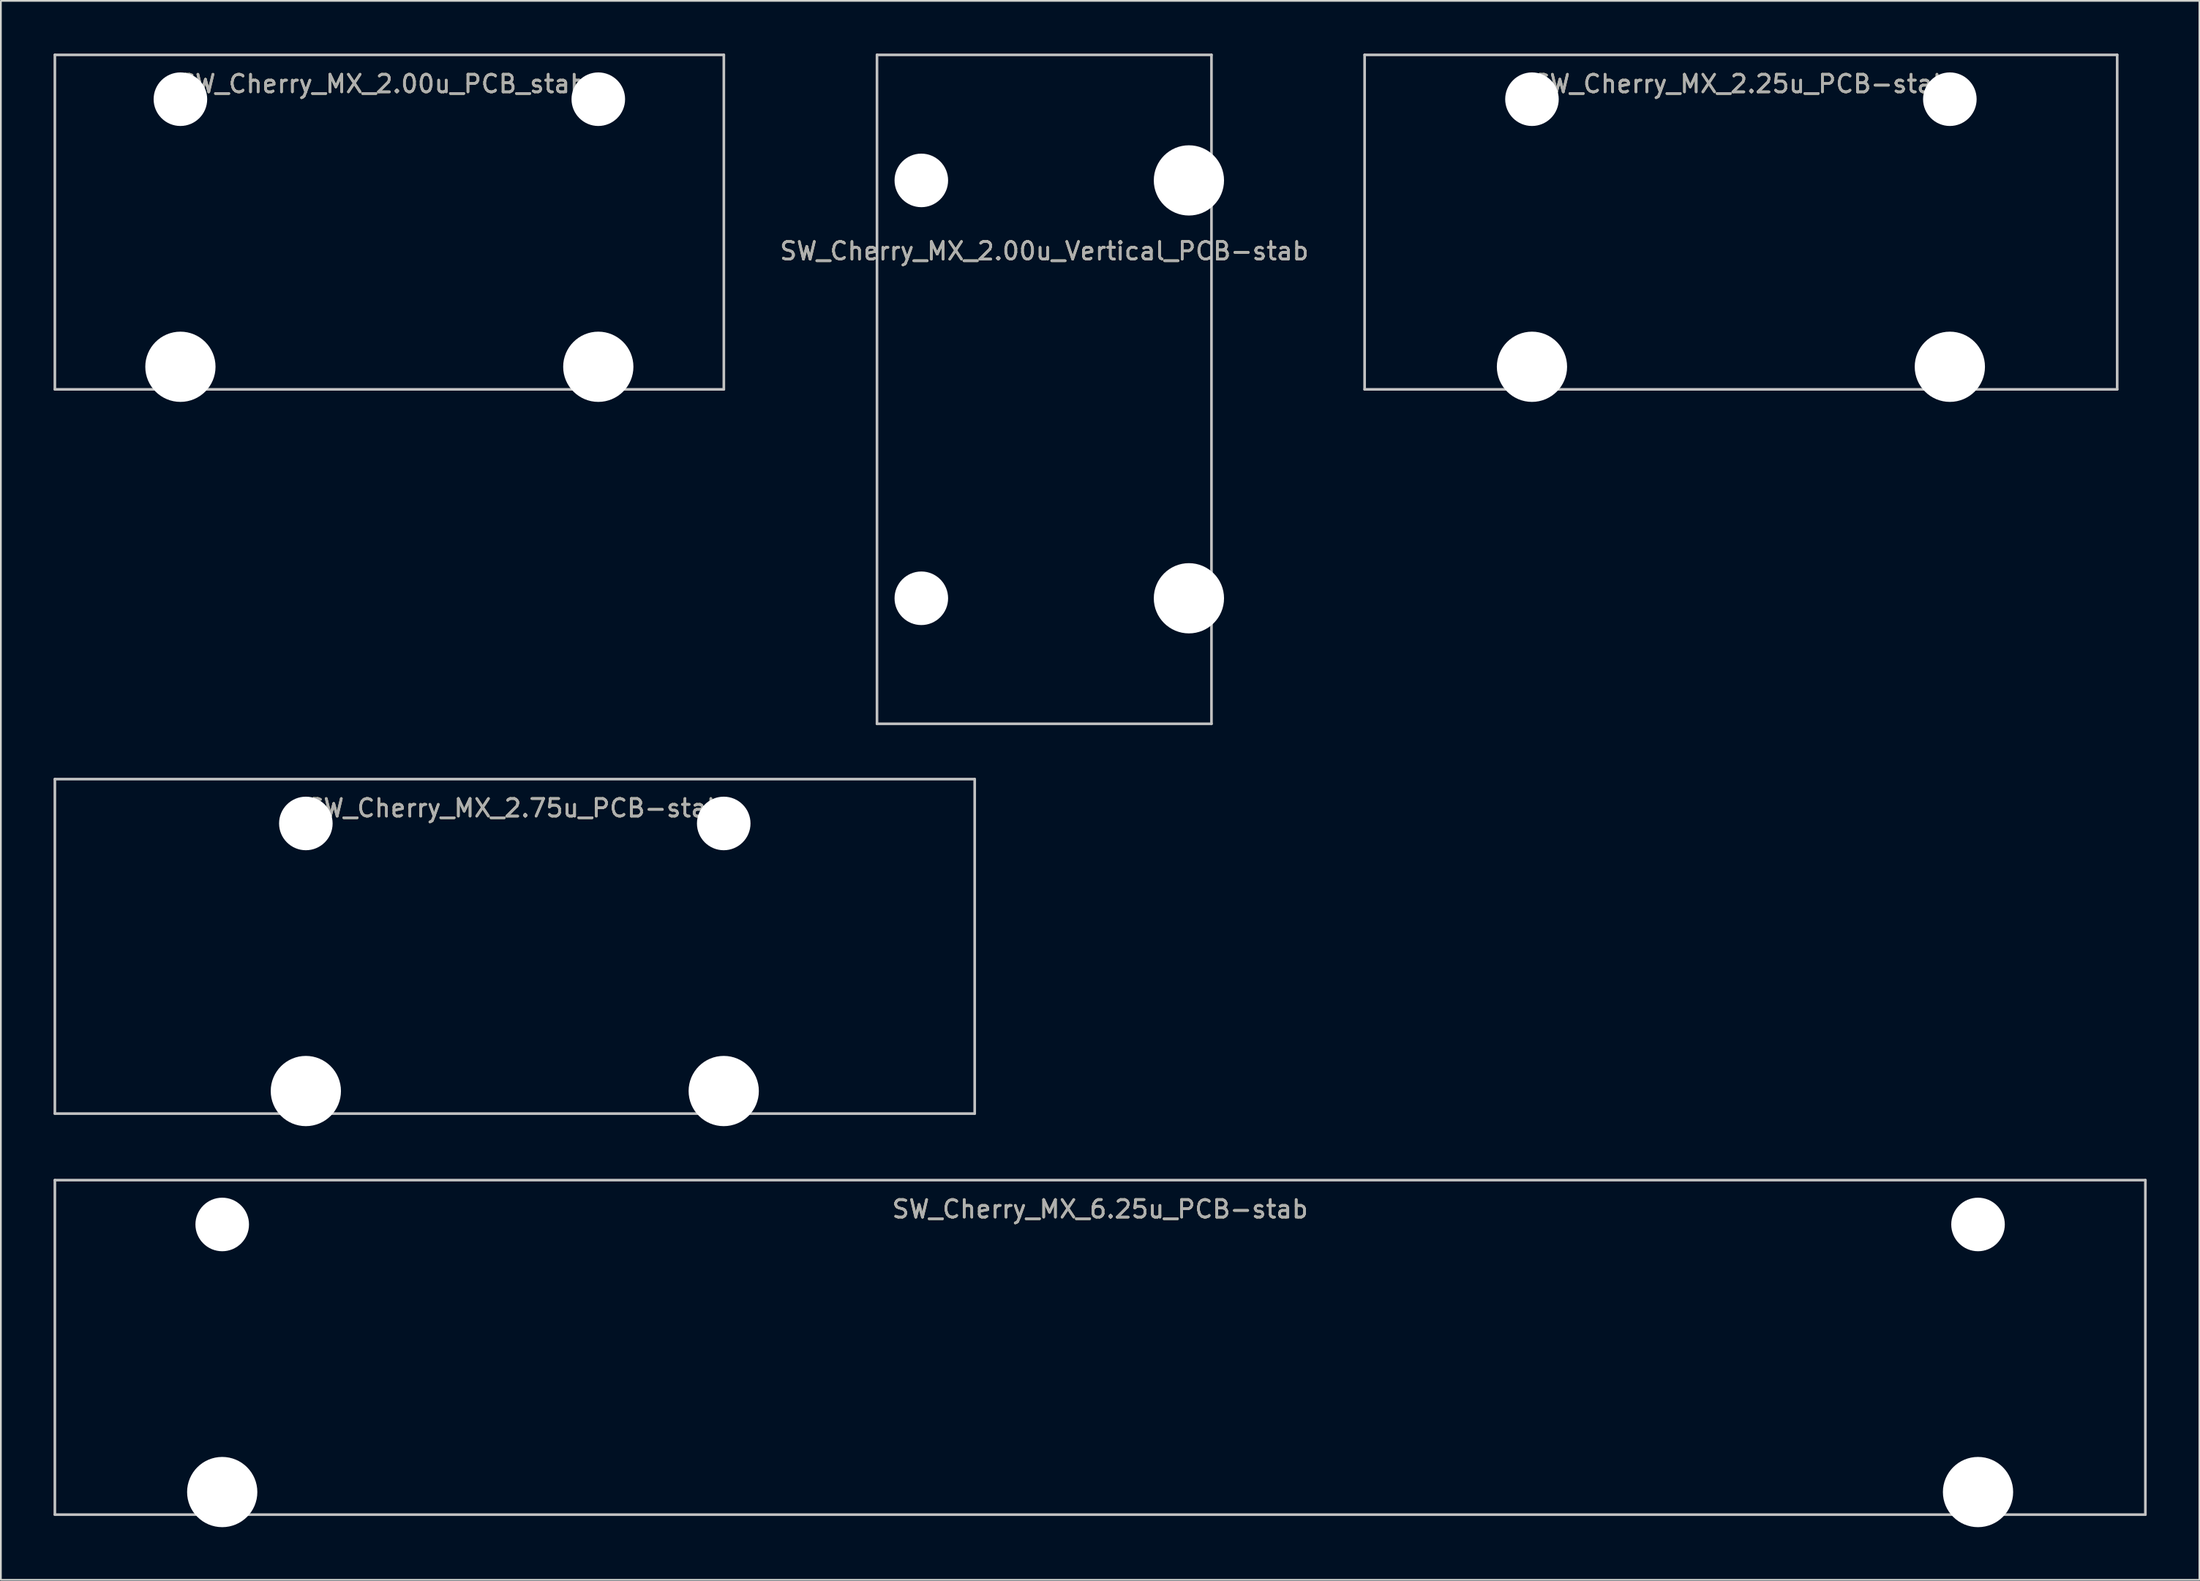
<source format=kicad_pcb>
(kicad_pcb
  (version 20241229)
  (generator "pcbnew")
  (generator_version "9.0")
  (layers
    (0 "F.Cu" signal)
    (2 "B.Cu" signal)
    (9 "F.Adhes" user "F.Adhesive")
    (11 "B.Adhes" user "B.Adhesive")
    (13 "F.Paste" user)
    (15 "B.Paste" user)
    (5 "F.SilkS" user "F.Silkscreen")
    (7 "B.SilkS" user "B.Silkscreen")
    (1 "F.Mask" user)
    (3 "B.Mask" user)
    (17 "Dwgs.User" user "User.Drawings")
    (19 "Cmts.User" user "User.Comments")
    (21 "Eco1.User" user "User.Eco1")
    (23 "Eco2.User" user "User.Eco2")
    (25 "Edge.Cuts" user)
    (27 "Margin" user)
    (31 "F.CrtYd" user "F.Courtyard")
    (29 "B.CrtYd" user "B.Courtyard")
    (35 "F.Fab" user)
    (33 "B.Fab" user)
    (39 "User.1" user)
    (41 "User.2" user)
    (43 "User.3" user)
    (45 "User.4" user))
  (footprint "SW_Cherry_MX_2.00u_Vertical_PCB-stab"
    (layer "F.Cu")
    (at 58.963 14.045)
    (property "Reference" "SW_Cherry_MX_2.00u_Vertical_PCB-stab" (at -2.54 -2.794 0) (layer "F.SilkS") (effects (font (size 1 1) (thickness 0.15))))
    (attr through_hole)
    (fp_line (start -12.065 -13.97) (end 6.985 -13.97) (stroke (width 0.15) (type solid)) (layer "Dwgs.User"))
    (fp_line (start -12.065 24.13) (end -12.065 -13.97) (stroke (width 0.15) (type solid)) (layer "Dwgs.User"))
    (fp_line (start 6.985 -13.97) (end 6.985 24.13) (stroke (width 0.15) (type solid)) (layer "Dwgs.User"))
    (fp_line (start 6.985 24.13) (end -12.065 24.13) (stroke (width 0.15) (type solid)) (layer "Dwgs.User"))
    (fp_text user "${REFERENCE}" (at -2.54 -2.794 0) (layer "F.Fab") (effects (font (size 1 1) (thickness 0.15))))
    (pad "" np_thru_hole circle (at -9.54 -6.82) (size 3.05 3.05) (drill 3.05) (layers "*.Cu" "*.Mask"))
    (pad "" np_thru_hole circle (at -9.54 16.98) (size 3.05 3.05) (drill 3.05) (layers "*.Cu" "*.Mask"))
    (pad "" np_thru_hole circle (at 5.7 -6.82) (size 4 4) (drill 4) (layers "*.Cu" "*.Mask"))
    (pad "" np_thru_hole circle (at 5.7 16.98) (size 4 4) (drill 4) (layers "*.Cu" "*.Mask")))
  (footprint "SW_Cherry_MX_6.25u_PCB-stab"
    (layer "F.Cu")
    (at 62.146 68.61)
    (property "Reference" "SW_Cherry_MX_6.25u_PCB-stab" (at -2.54 -2.794 0) (layer "F.SilkS") (effects (font (size 1 1) (thickness 0.15))))
    (attr through_hole)
    (fp_line (start -62.071 -4.445) (end 56.991 -4.445) (stroke (width 0.15) (type solid)) (layer "Dwgs.User"))
    (fp_line (start -62.071 14.605) (end -62.071 -4.445) (stroke (width 0.15) (type solid)) (layer "Dwgs.User"))
    (fp_line (start 56.991 -4.445) (end 56.991 14.605) (stroke (width 0.15) (type solid)) (layer "Dwgs.User"))
    (fp_line (start 56.991 14.605) (end -62.071 14.605) (stroke (width 0.15) (type solid)) (layer "Dwgs.User"))
    (fp_text user "${REFERENCE}" (at -2.54 -2.794 0) (layer "F.Fab") (effects (font (size 1 1) (thickness 0.15))))
    (pad "" np_thru_hole circle (at -52.54 -1.92) (size 3.05 3.05) (drill 3.05) (layers "*.Cu" "*.Mask"))
    (pad "" np_thru_hole circle (at -52.54 13.32) (size 4 4) (drill 4) (layers "*.Cu" "*.Mask"))
    (pad "" np_thru_hole circle (at 47.46 -1.92) (size 3.05 3.05) (drill 3.05) (layers "*.Cu" "*.Mask"))
    (pad "" np_thru_hole circle (at 47.46 13.32) (size 4 4) (drill 4) (layers "*.Cu" "*.Mask")))
  (footprint "SW_Cherry_MX_2.75u_PCB-stab"
    (layer "F.Cu")
    (at 28.809 45.77)
    (property "Reference" "SW_Cherry_MX_2.75u_PCB-stab" (at -2.54 -2.794 0) (layer "F.SilkS") (effects (font (size 1 1) (thickness 0.15))))
    (attr through_hole)
    (fp_line (start -28.734 -4.445) (end 23.654 -4.445) (stroke (width 0.15) (type solid)) (layer "Dwgs.User"))
    (fp_line (start -28.734 14.605) (end -28.734 -4.445) (stroke (width 0.15) (type solid)) (layer "Dwgs.User"))
    (fp_line (start 23.654 -4.445) (end 23.654 14.605) (stroke (width 0.15) (type solid)) (layer "Dwgs.User"))
    (fp_line (start 23.654 14.605) (end -28.734 14.605) (stroke (width 0.15) (type solid)) (layer "Dwgs.User"))
    (fp_text user "${REFERENCE}" (at -2.54 -2.794 0) (layer "F.Fab") (effects (font (size 1 1) (thickness 0.15))))
    (pad "" np_thru_hole circle (at -14.44 -1.92) (size 3.05 3.05) (drill 3.05) (layers "*.Cu" "*.Mask"))
    (pad "" np_thru_hole circle (at -14.44 13.32) (size 4 4) (drill 4) (layers "*.Cu" "*.Mask"))
    (pad "" np_thru_hole circle (at 9.36 -1.92) (size 3.05 3.05) (drill 3.05) (layers "*.Cu" "*.Mask"))
    (pad "" np_thru_hole circle (at 9.36 13.32) (size 4 4) (drill 4) (layers "*.Cu" "*.Mask")))
  (footprint "SW_Cherry_MX_2.25u_PCB-stab"
    (layer "F.Cu")
    (at 98.641 4.52)
    (property "Reference" "SW_Cherry_MX_2.25u_PCB-stab" (at -2.54 -2.794 0) (layer "F.SilkS") (effects (font (size 1 1) (thickness 0.15))))
    (attr through_hole)
    (fp_line (start -23.971 -4.445) (end 18.891 -4.445) (stroke (width 0.15) (type solid)) (layer "Dwgs.User"))
    (fp_line (start -23.971 14.605) (end -23.971 -4.445) (stroke (width 0.15) (type solid)) (layer "Dwgs.User"))
    (fp_line (start 18.891 -4.445) (end 18.891 14.605) (stroke (width 0.15) (type solid)) (layer "Dwgs.User"))
    (fp_line (start 18.891 14.605) (end -23.971 14.605) (stroke (width 0.15) (type solid)) (layer "Dwgs.User"))
    (fp_text user "${REFERENCE}" (at -2.54 -2.794 0) (layer "F.Fab") (effects (font (size 1 1) (thickness 0.15))))
    (pad "" np_thru_hole circle (at -14.44 -1.92) (size 3.05 3.05) (drill 3.05) (layers "*.Cu" "*.Mask"))
    (pad "" np_thru_hole circle (at -14.44 13.32) (size 4 4) (drill 4) (layers "*.Cu" "*.Mask"))
    (pad "" np_thru_hole circle (at 9.36 -1.92) (size 3.05 3.05) (drill 3.05) (layers "*.Cu" "*.Mask"))
    (pad "" np_thru_hole circle (at 9.36 13.32) (size 4 4) (drill 4) (layers "*.Cu" "*.Mask")))
  (footprint "SW_Cherry_MX_2.00u_PCB_stabs"
    (layer "F.Cu")
    (at 21.665 4.52)
    (property "Reference" "SW_Cherry_MX_2.00u_PCB_stabs" (at -2.54 -2.794 0) (layer "F.SilkS") (effects (font (size 1 1) (thickness 0.15))))
    (attr through_hole)
    (fp_line (start -21.59 -4.445) (end 16.51 -4.445) (stroke (width 0.15) (type solid)) (layer "Dwgs.User"))
    (fp_line (start -21.59 14.605) (end -21.59 -4.445) (stroke (width 0.15) (type solid)) (layer "Dwgs.User"))
    (fp_line (start 16.51 -4.445) (end 16.51 14.605) (stroke (width 0.15) (type solid)) (layer "Dwgs.User"))
    (fp_line (start 16.51 14.605) (end -21.59 14.605) (stroke (width 0.15) (type solid)) (layer "Dwgs.User"))
    (fp_text user "${REFERENCE}" (at -2.54 -2.794 0) (layer "F.Fab") (effects (font (size 1 1) (thickness 0.15))))
    (pad "" np_thru_hole circle (at -14.44 -1.92) (size 3.05 3.05) (drill 3.05) (layers "*.Cu" "*.Mask"))
    (pad "" np_thru_hole circle (at -14.44 13.32) (size 4 4) (drill 4) (layers "*.Cu" "*.Mask"))
    (pad "" np_thru_hole circle (at 9.36 -1.92) (size 3.05 3.05) (drill 3.05) (layers "*.Cu" "*.Mask"))
    (pad "" np_thru_hole circle (at 9.36 13.32) (size 4 4) (drill 4) (layers "*.Cu" "*.Mask")))
  (gr_rect
    (start -3 -3)
    (end 122.213 86.93)
    (stroke (width 0.1) (type default))
    (fill no)
    (layer "Edge.Cuts")))
</source>
